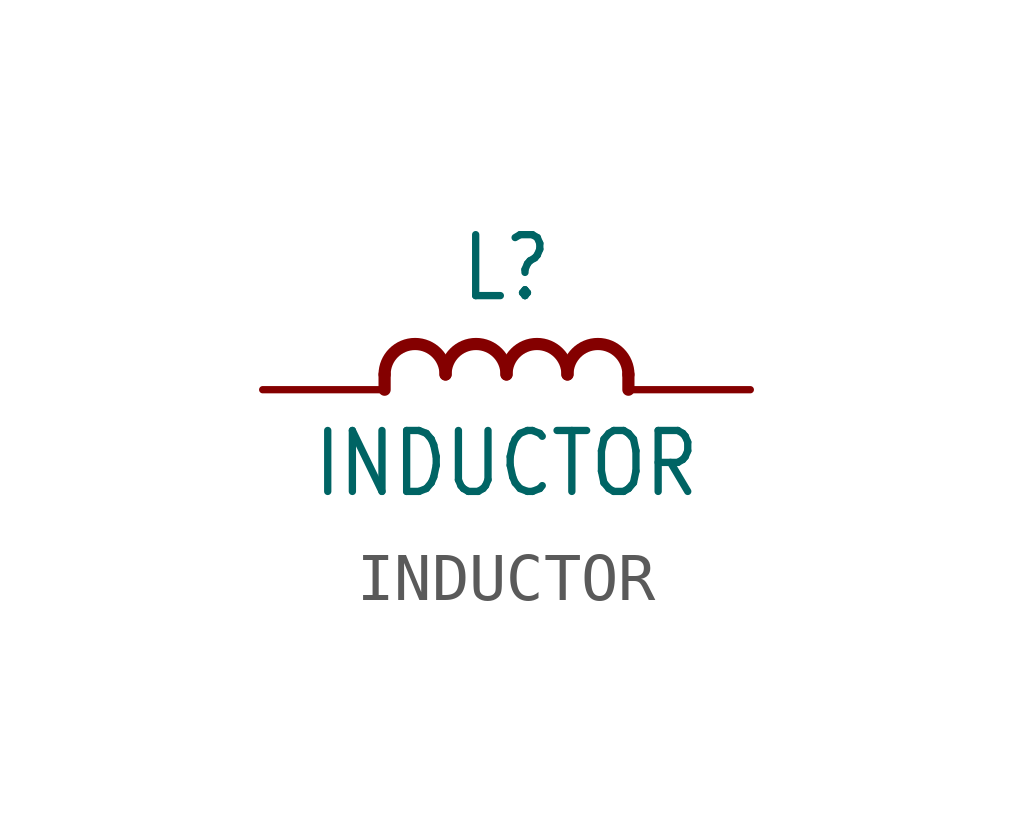
<source format=kicad_sym>
(kicad_symbol_lib
  (version 20211014)
  (generator kicad_symbol_editor)
  (symbol "INDUCTOR"
    (property "Reference" "L"
      (at 0 2.54 0)
      (effects (font (size 1.27 1.079))))
    (property "Value" "INDUCTOR"
      (at 0 -1.54 0)
      (effects (font (size 1.27 1.079))))
    (property "ki_locked" ""
      (at 0 0 0)
      (effects (font (size 1.27 1.27))))
    (symbol "INDUCTOR_1_0"
      (arc (start -1.27 0.3175) (mid -1.905 0.9524) (end -2.54 0.3175) (stroke (width 0.254) (type default) (color 0 0 0 0)) (fill (type none)))
      (polyline (pts (xy -2.54 0.318) (xy -2.54 0)) (stroke (width 0.254) (type default) (color 0 0 0 0)) (fill (type none)))
      (polyline (pts (xy 2.54 0.318) (xy 2.54 0)) (stroke (width 0.254) (type default) (color 0 0 0 0)) (fill (type none)))
      (arc (start 0 0.3175) (mid -0.635 0.9524) (end -1.27 0.3175) (stroke (width 0.254) (type default) (color 0 0 0 0)) (fill (type none)))
      (arc (start 1.27 0.3175) (mid 0.635 0.9524) (end 0 0.3175) (stroke (width 0.254) (type default) (color 0 0 0 0)) (fill (type none)))
      (arc (start 2.54 0.3175) (mid 1.905 0.9524) (end 1.27 0.3175) (stroke (width 0.254) (type default) (color 0 0 0 0)) (fill (type none)))
      (pin passive line (at -5.08 0 0) (length 2.54) (name "1" (effects (font (size 0 0)))) (number "P$1" (effects (font (size 0 0)))))
      (pin passive line (at 5.08 0 180) (length 2.54) (name "2" (effects (font (size 0 0)))) (number "P$2" (effects (font (size 0 0))))))))
</source>
